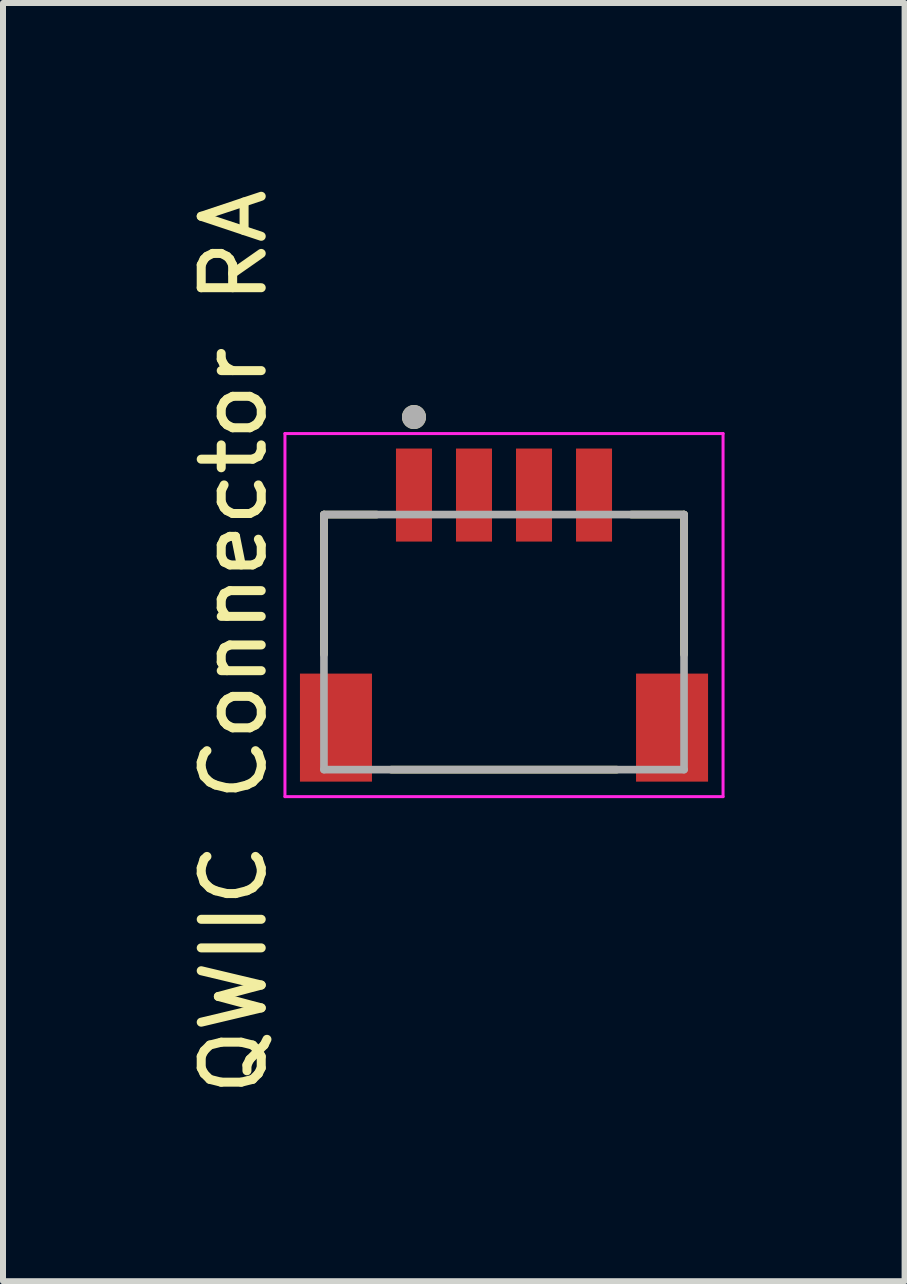
<source format=kicad_pcb>
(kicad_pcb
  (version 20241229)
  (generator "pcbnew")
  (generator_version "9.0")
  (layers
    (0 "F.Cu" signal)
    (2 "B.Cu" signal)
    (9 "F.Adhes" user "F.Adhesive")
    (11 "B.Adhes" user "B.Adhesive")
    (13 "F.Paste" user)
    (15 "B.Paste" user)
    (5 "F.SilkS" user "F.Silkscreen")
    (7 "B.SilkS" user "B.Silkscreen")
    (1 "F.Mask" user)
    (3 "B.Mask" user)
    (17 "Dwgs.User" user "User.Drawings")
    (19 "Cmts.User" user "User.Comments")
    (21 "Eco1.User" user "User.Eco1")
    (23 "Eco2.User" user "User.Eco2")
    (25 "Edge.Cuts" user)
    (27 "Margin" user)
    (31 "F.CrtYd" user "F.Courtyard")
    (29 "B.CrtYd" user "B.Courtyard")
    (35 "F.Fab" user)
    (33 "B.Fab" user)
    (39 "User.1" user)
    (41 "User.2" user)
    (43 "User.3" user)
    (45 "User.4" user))
  (footprint "QWIIC Connector RA"
    (layer "F.Cu")
    (at 5.348 7.649)
    (property "Reference" "QWIIC Connector RA" (at -4.5 0 90) (layer "F.SilkS") (effects (font (size 1 1) (thickness 0.15))))
    (attr smd)
    (fp_line (start -3 -2.125) (end -2.12 -2.125) (stroke (width 0.127) (type solid)) (layer "F.SilkS"))
    (fp_line (start -3 0.205) (end -3 -2.125) (stroke (width 0.127) (type solid)) (layer "F.SilkS"))
    (fp_line (start -1.88 2.125) (end 1.88 2.125) (stroke (width 0.127) (type solid)) (layer "F.SilkS"))
    (fp_line (start 2.12 -2.125) (end 3 -2.125) (stroke (width 0.127) (type solid)) (layer "F.SilkS"))
    (fp_line (start 3 -2.125) (end 3 0.205) (stroke (width 0.127) (type solid)) (layer "F.SilkS"))
    (fp_circle (center -1.5 -3.75) (end -1.4 -3.75) (stroke (width 0.2) (type solid)) (fill no) (layer "F.SilkS"))
    (fp_line (start -3.65 -3.475) (end -3.65 2.575) (stroke (width 0.05) (type solid)) (layer "F.CrtYd"))
    (fp_line (start -3.65 2.575) (end 3.65 2.575) (stroke (width 0.05) (type solid)) (layer "F.CrtYd"))
    (fp_line (start 3.65 -3.475) (end -3.65 -3.475) (stroke (width 0.05) (type solid)) (layer "F.CrtYd"))
    (fp_line (start 3.65 2.575) (end 3.65 -3.475) (stroke (width 0.05) (type solid)) (layer "F.CrtYd"))
    (fp_line (start -3 -2.125) (end 3 -2.125) (stroke (width 0.127) (type solid)) (layer "F.Fab"))
    (fp_line (start -3 2.125) (end -3 -2.125) (stroke (width 0.127) (type solid)) (layer "F.Fab"))
    (fp_line (start 3 -2.125) (end 3 2.125) (stroke (width 0.127) (type solid)) (layer "F.Fab"))
    (fp_line (start 3 2.125) (end -3 2.125) (stroke (width 0.127) (type solid)) (layer "F.Fab"))
    (fp_circle (center -1.5 -3.75) (end -1.4 -3.75) (stroke (width 0.2) (type solid)) (fill no) (layer "F.Fab"))
    (pad "1" smd rect (at -1.5 -2.45) (size 0.6 1.55) (layers "F.Cu" "F.Mask" "F.Paste"))
    (pad "2" smd rect (at -0.5 -2.45) (size 0.6 1.55) (layers "F.Cu" "F.Mask" "F.Paste"))
    (pad "3" smd rect (at 0.5 -2.45) (size 0.6 1.55) (layers "F.Cu" "F.Mask" "F.Paste"))
    (pad "4" smd rect (at 1.5 -2.45) (size 0.6 1.55) (layers "F.Cu" "F.Mask" "F.Paste"))
    (pad "NC1" smd rect (at -2.8 1.425) (size 1.2 1.8) (layers "F.Cu" "F.Mask" "F.Paste"))
    (pad "NC2" smd rect (at 2.8 1.425) (size 1.2 1.8) (layers "F.Cu" "F.Mask" "F.Paste")))
  (gr_rect
    (start -3 -3)
    (end 12.023 18.298)
    (stroke (width 0.1) (type default))
    (fill no)
    (layer "Edge.Cuts")))
</source>
